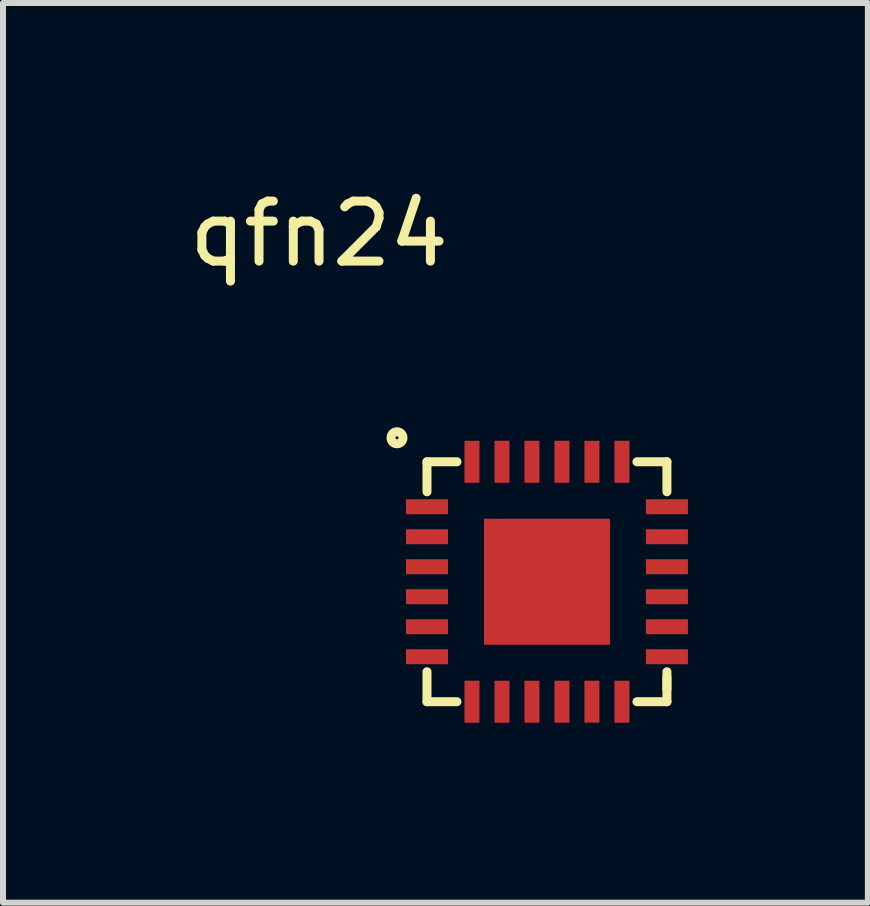
<source format=kicad_pcb>
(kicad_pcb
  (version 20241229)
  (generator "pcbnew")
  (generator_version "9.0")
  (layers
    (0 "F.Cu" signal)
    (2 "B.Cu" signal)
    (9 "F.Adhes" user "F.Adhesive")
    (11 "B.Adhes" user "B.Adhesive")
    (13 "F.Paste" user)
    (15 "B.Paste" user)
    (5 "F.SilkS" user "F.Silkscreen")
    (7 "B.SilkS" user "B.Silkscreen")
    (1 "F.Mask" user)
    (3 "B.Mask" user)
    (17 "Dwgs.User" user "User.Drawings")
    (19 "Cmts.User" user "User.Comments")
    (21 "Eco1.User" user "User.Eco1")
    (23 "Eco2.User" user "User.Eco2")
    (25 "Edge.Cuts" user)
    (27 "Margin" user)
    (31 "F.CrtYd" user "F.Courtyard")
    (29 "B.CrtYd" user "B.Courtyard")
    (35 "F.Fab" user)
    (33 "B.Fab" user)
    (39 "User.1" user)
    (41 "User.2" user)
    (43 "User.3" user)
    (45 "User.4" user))
  (footprint "qfn24"
    (layer "F.Cu")
    (at 6.068 6.648)
    (property "Reference" "qfn24" (at -3.8 -5.8 0) (layer "F.SilkS") (effects (font (size 1 1) (thickness 0.15))))
    (attr through_hole)
    (fp_line (start -2 -2) (end -2 -1.5) (stroke (width 0.15) (type solid)) (layer "F.SilkS"))
    (fp_line (start -2 1.5) (end -2 2) (stroke (width 0.15) (type solid)) (layer "F.SilkS"))
    (fp_line (start -2 2) (end -1.5 2) (stroke (width 0.15) (type solid)) (layer "F.SilkS"))
    (fp_line (start -1.5 -2) (end -2 -2) (stroke (width 0.15) (type solid)) (layer "F.SilkS"))
    (fp_line (start 1.5 -2) (end 2 -2) (stroke (width 0.15) (type solid)) (layer "F.SilkS"))
    (fp_line (start 1.5 2) (end 2 2) (stroke (width 0.15) (type solid)) (layer "F.SilkS"))
    (fp_line (start 2 -2) (end 2 -1.5) (stroke (width 0.15) (type solid)) (layer "F.SilkS"))
    (fp_line (start 2 1.8) (end 2 1.5) (stroke (width 0.15) (type solid)) (layer "F.SilkS"))
    (fp_line (start 2 2) (end 2 1.6) (stroke (width 0.15) (type solid)) (layer "F.SilkS"))
    (fp_circle (center -2.5 -2.4) (end -2.5 -2.5) (stroke (width 0.15) (type solid)) (fill no) (layer "F.SilkS"))
    (pad "1" smd rect (at -2 -1.25 180) (size 0.7 0.25) (layers "F.Cu" "F.Mask" "F.Paste"))
    (pad "2" smd rect (at -2 -0.75 180) (size 0.7 0.25) (layers "F.Cu" "F.Mask" "F.Paste"))
    (pad "3" smd rect (at -2 -0.25 180) (size 0.7 0.25) (layers "F.Cu" "F.Mask" "F.Paste"))
    (pad "4" smd rect (at -2 0.25 180) (size 0.7 0.25) (layers "F.Cu" "F.Mask" "F.Paste"))
    (pad "5" smd rect (at -2 0.75 180) (size 0.7 0.25) (layers "F.Cu" "F.Mask" "F.Paste"))
    (pad "6" smd rect (at -2 1.25 180) (size 0.7 0.25) (layers "F.Cu" "F.Mask" "F.Paste"))
    (pad "7" smd rect (at -1.25 2 270) (size 0.7 0.25) (layers "F.Cu" "F.Mask" "F.Paste"))
    (pad "8" smd rect (at -0.75 2 270) (size 0.7 0.25) (layers "F.Cu" "F.Mask" "F.Paste"))
    (pad "9" smd rect (at -0.25 2 270) (size 0.7 0.25) (layers "F.Cu" "F.Mask" "F.Paste"))
    (pad "10" smd rect (at 0.25 2 270) (size 0.7 0.25) (layers "F.Cu" "F.Mask" "F.Paste"))
    (pad "11" smd rect (at 0.75 2 270) (size 0.7 0.25) (layers "F.Cu" "F.Mask" "F.Paste"))
    (pad "12" smd rect (at 1.25 2 270) (size 0.7 0.25) (layers "F.Cu" "F.Mask" "F.Paste"))
    (pad "13" smd rect (at 2 1.25 180) (size 0.7 0.25) (layers "F.Cu" "F.Mask" "F.Paste"))
    (pad "14" smd rect (at 2 0.75 180) (size 0.7 0.25) (layers "F.Cu" "F.Mask" "F.Paste"))
    (pad "15" smd rect (at 2 0.25 180) (size 0.7 0.25) (layers "F.Cu" "F.Mask" "F.Paste"))
    (pad "16" smd rect (at 2 -0.25 180) (size 0.7 0.25) (layers "F.Cu" "F.Mask" "F.Paste"))
    (pad "17" smd rect (at 2 -0.75 180) (size 0.7 0.25) (layers "F.Cu" "F.Mask" "F.Paste"))
    (pad "18" smd rect (at 2 -1.25 180) (size 0.7 0.25) (layers "F.Cu" "F.Mask" "F.Paste"))
    (pad "19" smd rect (at 1.25 -2 270) (size 0.7 0.25) (layers "F.Cu" "F.Mask" "F.Paste"))
    (pad "20" smd rect (at 0.75 -2 270) (size 0.7 0.25) (layers "F.Cu" "F.Mask" "F.Paste"))
    (pad "21" smd rect (at 0.25 -2 270) (size 0.7 0.25) (layers "F.Cu" "F.Mask" "F.Paste"))
    (pad "22" smd rect (at -0.25 -2 270) (size 0.7 0.25) (layers "F.Cu" "F.Mask" "F.Paste"))
    (pad "23" smd rect (at -0.75 -2 270) (size 0.7 0.25) (layers "F.Cu" "F.Mask" "F.Paste"))
    (pad "24" smd rect (at -1.25 -2 270) (size 0.7 0.25) (layers "F.Cu" "F.Mask" "F.Paste"))
    (pad "25" smd rect (at 0 0) (size 2.1 2.1) (layers "F.Cu" "F.Mask" "F.Paste")))
  (gr_rect
    (start -3 -3)
    (end 11.418 11.998)
    (stroke (width 0.1) (type default))
    (fill no)
    (layer "Edge.Cuts")))
</source>
